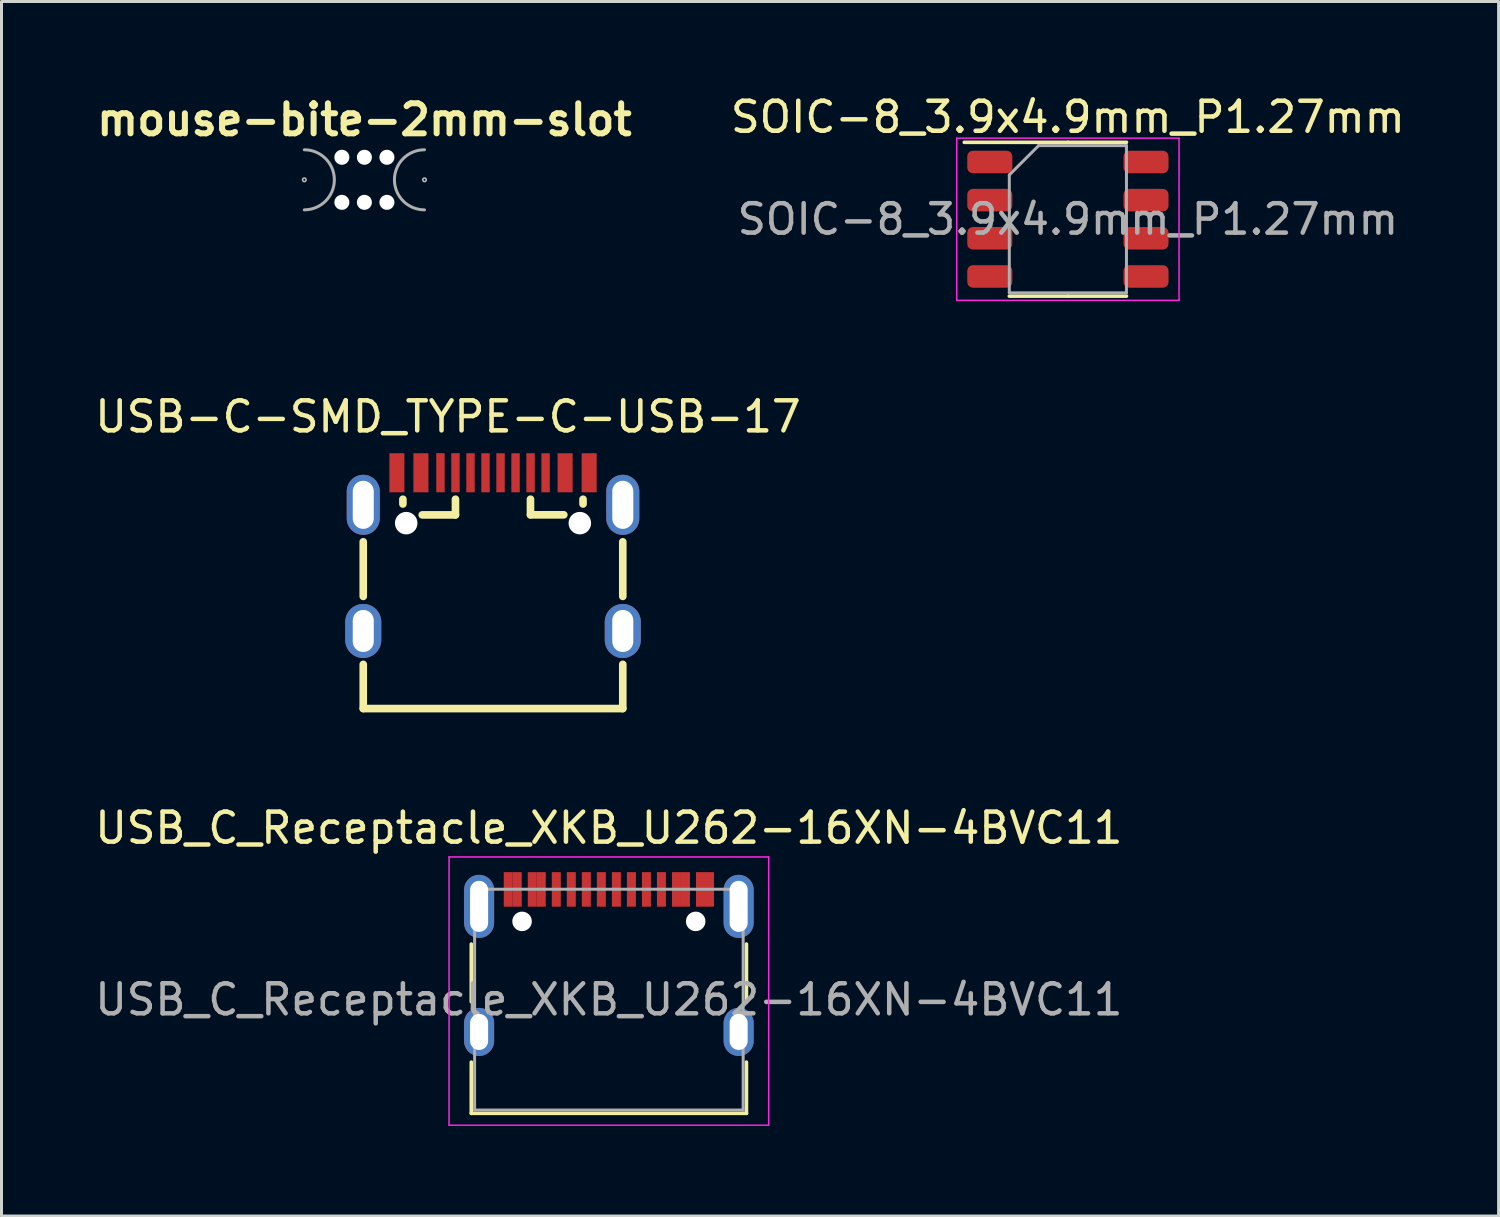
<source format=kicad_pcb>
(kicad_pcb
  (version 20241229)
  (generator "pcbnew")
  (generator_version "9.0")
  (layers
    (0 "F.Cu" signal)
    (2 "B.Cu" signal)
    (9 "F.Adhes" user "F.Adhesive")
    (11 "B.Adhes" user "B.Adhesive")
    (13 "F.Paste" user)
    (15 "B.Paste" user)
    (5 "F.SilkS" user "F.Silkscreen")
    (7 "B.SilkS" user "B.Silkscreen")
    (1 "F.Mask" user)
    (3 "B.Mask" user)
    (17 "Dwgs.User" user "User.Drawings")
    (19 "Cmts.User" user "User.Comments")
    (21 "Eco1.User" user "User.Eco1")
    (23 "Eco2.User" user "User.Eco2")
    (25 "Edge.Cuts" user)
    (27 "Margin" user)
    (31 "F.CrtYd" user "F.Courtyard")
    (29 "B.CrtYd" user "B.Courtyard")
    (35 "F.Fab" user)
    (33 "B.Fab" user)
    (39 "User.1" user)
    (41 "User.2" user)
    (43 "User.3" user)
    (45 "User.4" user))
  (footprint "USB_C_Receptacle_XKB_U262-16XN-4BVC11"
    (layer "F.Cu")
    (at 17.22 30.229)
    (property "Reference" "USB_C_Receptacle_XKB_U262-16XN-4BVC11" (at 0 -5.715 0) (layer "F.SilkS") (effects (font (size 1 1) (thickness 0.15))))
    (attr smd)
    (fp_line (start -4.58 -1.85) (end -4.58 0.07) (stroke (width 0.12) (type solid)) (layer "F.SilkS"))
    (fp_line (start -4.58 3.785) (end -4.58 2.08) (stroke (width 0.12) (type solid)) (layer "F.SilkS"))
    (fp_line (start 4.58 0.07) (end 4.58 -1.85) (stroke (width 0.12) (type solid)) (layer "F.SilkS"))
    (fp_line (start 4.58 2.08) (end 4.58 3.785) (stroke (width 0.12) (type solid)) (layer "F.SilkS"))
    (fp_line (start 4.58 3.785) (end -4.58 3.785) (stroke (width 0.12) (type solid)) (layer "F.SilkS"))
    (fp_line (start -5.32 -4.75) (end 5.32 -4.75) (stroke (width 0.05) (type solid)) (layer "F.CrtYd"))
    (fp_line (start -5.32 4.18) (end -5.32 -4.75) (stroke (width 0.05) (type solid)) (layer "F.CrtYd"))
    (fp_line (start 5.32 -4.75) (end 5.32 4.18) (stroke (width 0.05) (type solid)) (layer "F.CrtYd"))
    (fp_line (start 5.32 4.18) (end -5.32 4.18) (stroke (width 0.05) (type solid)) (layer "F.CrtYd"))
    (fp_line (start -4.47 -3.675) (end -4.47 3.675) (stroke (width 0.1) (type solid)) (layer "F.Fab"))
    (fp_line (start -4.47 -3.675) (end 4.47 -3.675) (stroke (width 0.1) (type solid)) (layer "F.Fab"))
    (fp_line (start -4.47 3.675) (end 4.47 3.675) (stroke (width 0.1) (type solid)) (layer "F.Fab"))
    (fp_line (start 4.47 3.675) (end 4.47 -3.675) (stroke (width 0.1) (type solid)) (layer "F.Fab"))
    (fp_text user "${REFERENCE}" (at 0 0 0) (layer "F.Fab") (effects (font (size 1 1) (thickness 0.15))))
    (pad "" np_thru_hole circle (at -2.89 -2.605) (size 0.65 0.65) (drill 0.65) (layers "*.Cu" "*.Mask"))
    (pad "" np_thru_hole circle (at 2.89 -2.605) (size 0.65 0.65) (drill 0.65) (layers "*.Cu" "*.Mask"))
    (pad "A1" smd rect (at -3.35 -3.67) (size 0.3 1.15) (layers "F.Cu" "F.Mask" "F.Paste"))
    (pad "A4" smd rect (at -2.55 -3.67) (size 0.3 1.15) (layers "F.Cu" "F.Mask" "F.Paste"))
    (pad "A5" smd rect (at -1.25 -3.67) (size 0.3 1.15) (layers "F.Cu" "F.Mask" "F.Paste"))
    (pad "A6" smd rect (at -0.25 -3.67) (size 0.3 1.15) (layers "F.Cu" "F.Mask" "F.Paste"))
    (pad "A7" smd rect (at 0.25 -3.67) (size 0.3 1.15) (layers "F.Cu" "F.Mask" "F.Paste"))
    (pad "A8" smd rect (at 1.25 -3.67) (size 0.3 1.15) (layers "F.Cu" "F.Mask" "F.Paste"))
    (pad "A9" smd rect (at 2.55 -3.67) (size 0.3 1.15) (layers "F.Cu" "F.Mask" "F.Paste"))
    (pad "A12" smd rect (at 3.35 -3.67) (size 0.3 1.15) (layers "F.Cu" "F.Mask" "F.Paste"))
    (pad "B1" smd rect (at 3.05 -3.67) (size 0.3 1.15) (layers "F.Cu" "F.Mask" "F.Paste"))
    (pad "B4" smd rect (at 2.25 -3.67) (size 0.3 1.15) (layers "F.Cu" "F.Mask" "F.Paste"))
    (pad "B5" smd rect (at 1.75 -3.67) (size 0.3 1.15) (layers "F.Cu" "F.Mask" "F.Paste"))
    (pad "B6" smd rect (at 0.75 -3.67) (size 0.3 1.15) (layers "F.Cu" "F.Mask" "F.Paste"))
    (pad "B7" smd rect (at -0.75 -3.67) (size 0.3 1.15) (layers "F.Cu" "F.Mask" "F.Paste"))
    (pad "B8" smd rect (at -1.75 -3.67) (size 0.3 1.15) (layers "F.Cu" "F.Mask" "F.Paste"))
    (pad "B9" smd rect (at -2.25 -3.67) (size 0.3 1.15) (layers "F.Cu" "F.Mask" "F.Paste"))
    (pad "B12" smd rect (at -3.05 -3.67) (size 0.3 1.15) (layers "F.Cu" "F.Mask" "F.Paste"))
    (pad "S1" thru_hole oval (at -4.32 -3.105) (size 1 2.1) (drill oval 0.6 1.7) (layers "*.Cu" "*.Mask"))
    (pad "S1" thru_hole oval (at -4.32 1.075) (size 1 1.6) (drill oval 0.6 1.2) (layers "*.Cu" "*.Mask"))
    (pad "S1" thru_hole oval (at 4.32 -3.105) (size 1 2.1) (drill oval 0.6 1.7) (layers "*.Cu" "*.Mask"))
    (pad "S1" thru_hole oval (at 4.32 1.075) (size 1 1.6) (drill oval 0.6 1.2) (layers "*.Cu" "*.Mask")))
  (footprint "mouse-bite-2mm-slot"
    (layer "F.Cu")
    (at 9.081 2.936)
    (property "Reference" "mouse-bite-2mm-slot" (at 0 -2 0) (layer "F.SilkS") (effects (font (size 1 1) (thickness 0.2))))
    (attr through_hole)
    (fp_circle (center -2 0) (end -2 -0.06) (stroke (width 0.05) (type solid)) (fill no) (layer "Dwgs.User"))
    (fp_circle (center 2 0) (end 2.06 0) (stroke (width 0.05) (type solid)) (fill no) (layer "Dwgs.User"))
    (fp_line (start -2 0) (end -2 0) (stroke (width 2) (type solid)) (layer "Eco1.User"))
    (fp_line (start 2 0) (end 2 0) (stroke (width 2) (type solid)) (layer "Eco1.User"))
    (fp_arc (start -2 -1) (mid -1 0) (end -2 1) (stroke (width 0.1) (type solid)) (layer "F.Fab"))
    (fp_arc (start 2 1) (mid 1 0) (end 2 -1) (stroke (width 0.1) (type solid)) (layer "F.Fab"))
    (pad "" np_thru_hole circle (at -0.75 -0.75) (size 0.5 0.5) (drill 0.5) (layers "*.Cu" "*.Mask"))
    (pad "" np_thru_hole circle (at -0.75 0.75) (size 0.5 0.5) (drill 0.5) (layers "*.Cu" "*.Mask"))
    (pad "" np_thru_hole circle (at 0 -0.75) (size 0.5 0.5) (drill 0.5) (layers "*.Cu" "*.Mask"))
    (pad "" np_thru_hole circle (at 0 0.75) (size 0.5 0.5) (drill 0.5) (layers "*.Cu" "*.Mask"))
    (pad "" np_thru_hole circle (at 0.75 -0.75) (size 0.5 0.5) (drill 0.5) (layers "*.Cu" "*.Mask"))
    (pad "" np_thru_hole circle (at 0.75 0.75) (size 0.5 0.5) (drill 0.5) (layers "*.Cu" "*.Mask")))
  (footprint "USB-C-SMD_TYPE-C-USB-17"
    (layer "F.Cu")
    (at 13.363 14.822)
    (property "Reference" "USB-C-SMD_TYPE-C-USB-17" (at -1.5 -4 0) (layer "F.SilkS") (effects (font (size 1 1) (thickness 0.15))))
    (attr through_hole)
    (fp_line (start -4.32 1.983) (end -4.32 0.165) (stroke (width 0.254) (type solid)) (layer "F.SilkS"))
    (fp_line (start -4.32 5.717) (end -4.32 4.245) (stroke (width 0.254) (type solid)) (layer "F.SilkS"))
    (fp_line (start -3 -1.093) (end -3 -1.252) (stroke (width 0.254) (type solid)) (layer "F.SilkS"))
    (fp_line (start -2.357 -0.731) (end -1.25 -0.731) (stroke (width 0.254) (type solid)) (layer "F.SilkS"))
    (fp_line (start -1.25 -0.731) (end -1.25 -1.252) (stroke (width 0.254) (type solid)) (layer "F.SilkS"))
    (fp_line (start 1.247 -0.733) (end 1.247 -1.253) (stroke (width 0.254) (type solid)) (layer "F.SilkS"))
    (fp_line (start 1.247 -0.733) (end 2.357 -0.733) (stroke (width 0.254) (type solid)) (layer "F.SilkS"))
    (fp_line (start 2.997 -1.094) (end 2.997 -1.252) (stroke (width 0.254) (type solid)) (layer "F.SilkS"))
    (fp_line (start 4.32 1.983) (end 4.32 0.165) (stroke (width 0.254) (type solid)) (layer "F.SilkS"))
    (fp_line (start 4.32 5.717) (end -4.32 5.717) (stroke (width 0.254) (type solid)) (layer "F.SilkS"))
    (fp_line (start 4.32 5.717) (end 4.32 4.245) (stroke (width 0.254) (type solid)) (layer "F.SilkS"))
    (pad "" np_thru_hole circle (at -2.89 -0.456) (size 0.75 0.75) (drill 0.75) (layers "*.Cu" "*.Mask"))
    (pad "" np_thru_hole circle (at 2.89 -0.456) (size 0.75 0.75) (drill 0.75) (layers "*.Cu" "*.Mask"))
    (pad "0" thru_hole oval (at -4.32 -1.066) (size 1.1 2) (drill oval 0.7 1.6) (layers "*.Cu" "*.Mask"))
    (pad "0" thru_hole oval (at -4.32 3.134) (size 1.2 1.8) (drill oval 0.7 1.4) (layers "*.Cu" "*.Mask"))
    (pad "0" thru_hole oval (at 4.32 -1.066) (size 1.1 2) (drill oval 0.7 1.6) (layers "*.Cu" "*.Mask"))
    (pad "0" thru_hole oval (at 4.32 3.134) (size 1.2 1.8) (drill oval 0.7 1.4) (layers "*.Cu" "*.Mask"))
    (pad "A1" smd rect (at -3.2 -2.133) (size 0.5 1.3) (layers "F.Cu" "F.Mask" "F.Paste"))
    (pad "A4" smd rect (at -2.4 -2.133) (size 0.5 1.3) (layers "F.Cu" "F.Mask" "F.Paste"))
    (pad "A5" smd rect (at -1.25 -2.133) (size 0.28 1.3) (layers "F.Cu" "F.Mask" "F.Paste"))
    (pad "A6" smd rect (at -0.25 -2.133) (size 0.28 1.3) (layers "F.Cu" "F.Mask" "F.Paste"))
    (pad "A7" smd rect (at 0.25 -2.133) (size 0.28 1.3) (layers "F.Cu" "F.Mask" "F.Paste"))
    (pad "A8" smd rect (at 1.25 -2.134) (size 0.28 1.3) (layers "F.Cu" "F.Mask" "F.Paste"))
    (pad "A9" smd rect (at 2.4 -2.133) (size 0.5 1.3) (layers "F.Cu" "F.Mask" "F.Paste"))
    (pad "A12" smd rect (at 3.2 -2.133) (size 0.5 1.3) (layers "F.Cu" "F.Mask" "F.Paste"))
    (pad "B5" smd rect (at 1.75 -2.133) (size 0.28 1.3) (layers "F.Cu" "F.Mask" "F.Paste"))
    (pad "B6" smd rect (at 0.75 -2.133) (size 0.28 1.3) (layers "F.Cu" "F.Mask" "F.Paste"))
    (pad "B7" smd rect (at -0.75 -2.133) (size 0.28 1.3) (layers "F.Cu" "F.Mask" "F.Paste"))
    (pad "B8" smd rect (at -1.75 -2.134) (size 0.28 1.3) (layers "F.Cu" "F.Mask" "F.Paste")))
  (footprint "SOIC-8_3.9x4.9mm_P1.27mm"
    (layer "F.Cu")
    (at 32.501 4.248)
    (property "Reference" "SOIC-8_3.9x4.9mm_P1.27mm" (at 0 -3.4 0) (layer "F.SilkS") (effects (font (size 1 1) (thickness 0.15))))
    (attr smd)
    (fp_line (start 0 -2.56) (end -3.45 -2.56) (stroke (width 0.12) (type solid)) (layer "F.SilkS"))
    (fp_line (start 0 -2.56) (end 1.95 -2.56) (stroke (width 0.12) (type solid)) (layer "F.SilkS"))
    (fp_line (start 0 2.56) (end -1.95 2.56) (stroke (width 0.12) (type solid)) (layer "F.SilkS"))
    (fp_line (start 0 2.56) (end 1.95 2.56) (stroke (width 0.12) (type solid)) (layer "F.SilkS"))
    (fp_line (start -3.7 -2.7) (end -3.7 2.7) (stroke (width 0.05) (type solid)) (layer "F.CrtYd"))
    (fp_line (start -3.7 2.7) (end 3.7 2.7) (stroke (width 0.05) (type solid)) (layer "F.CrtYd"))
    (fp_line (start 3.7 -2.7) (end -3.7 -2.7) (stroke (width 0.05) (type solid)) (layer "F.CrtYd"))
    (fp_line (start 3.7 2.7) (end 3.7 -2.7) (stroke (width 0.05) (type solid)) (layer "F.CrtYd"))
    (fp_line (start -1.95 -1.475) (end -0.975 -2.45) (stroke (width 0.1) (type solid)) (layer "F.Fab"))
    (fp_line (start -1.95 2.45) (end -1.95 -1.475) (stroke (width 0.1) (type solid)) (layer "F.Fab"))
    (fp_line (start -0.975 -2.45) (end 1.95 -2.45) (stroke (width 0.1) (type solid)) (layer "F.Fab"))
    (fp_line (start 1.95 -2.45) (end 1.95 2.45) (stroke (width 0.1) (type solid)) (layer "F.Fab"))
    (fp_line (start 1.95 2.45) (end -1.95 2.45) (stroke (width 0.1) (type solid)) (layer "F.Fab"))
    (fp_text user "${REFERENCE}" (at 0 0 0) (layer "F.Fab") (effects (font (size 0.98 0.98) (thickness 0.15))))
    (pad "1" smd roundrect (at -2.6 -1.905) (size 1.5 0.75) (layers "F.Cu" "F.Mask" "F.Paste") (roundrect_rratio 0.25))
    (pad "2" smd roundrect (at -2.6 -0.635) (size 1.5 0.75) (layers "F.Cu" "F.Mask" "F.Paste") (roundrect_rratio 0.25))
    (pad "3" smd roundrect (at -2.6 0.635) (size 1.5 0.75) (layers "F.Cu" "F.Mask" "F.Paste") (roundrect_rratio 0.25))
    (pad "4" smd roundrect (at -2.6 1.905) (size 1.5 0.75) (layers "F.Cu" "F.Mask" "F.Paste") (roundrect_rratio 0.25))
    (pad "5" smd roundrect (at 2.6 1.905) (size 1.5 0.75) (layers "F.Cu" "F.Mask" "F.Paste") (roundrect_rratio 0.25))
    (pad "6" smd roundrect (at 2.6 0.635) (size 1.5 0.75) (layers "F.Cu" "F.Mask" "F.Paste") (roundrect_rratio 0.25))
    (pad "7" smd roundrect (at 2.6 -0.635) (size 1.5 0.75) (layers "F.Cu" "F.Mask" "F.Paste") (roundrect_rratio 0.25))
    (pad "8" smd roundrect (at 2.6 -1.905) (size 1.5 0.75) (layers "F.Cu" "F.Mask" "F.Paste") (roundrect_rratio 0.25)))
  (gr_rect
    (start -3 -3)
    (end 46.84 37.434)
    (stroke (width 0.1) (type default))
    (fill no)
    (layer "Edge.Cuts")))
</source>
